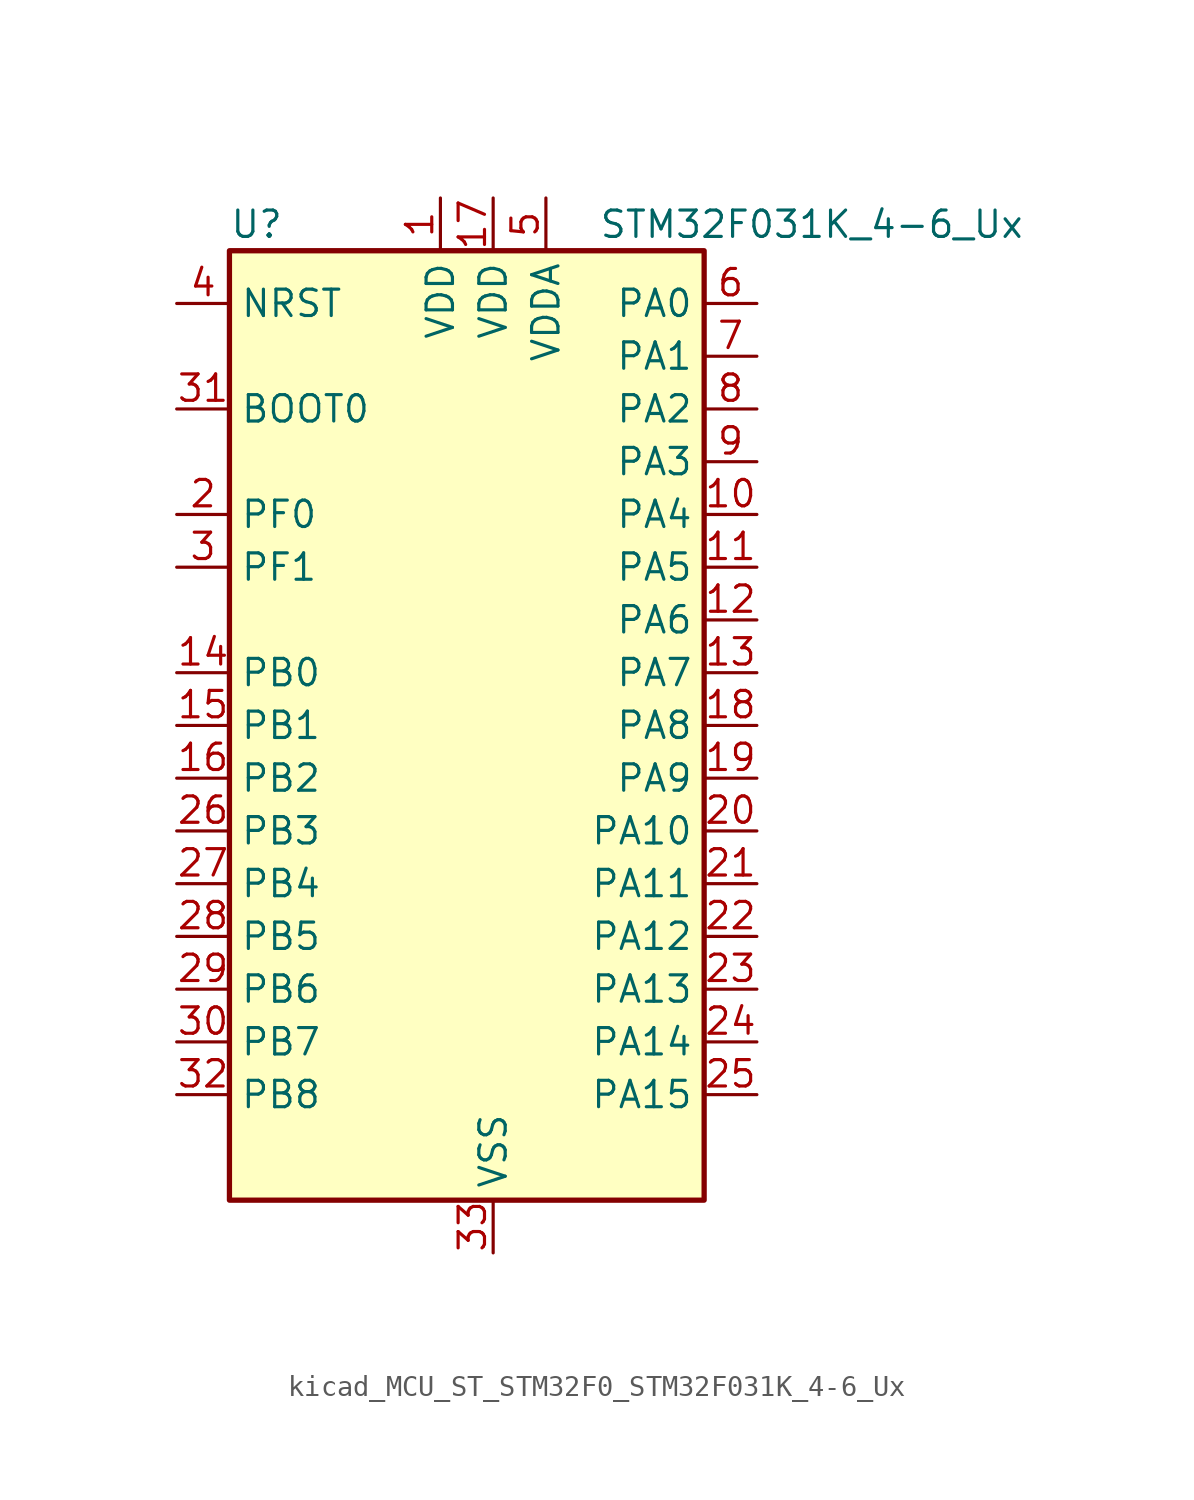
<source format=kicad_sym>
(kicad_symbol_lib
  (version 20220914)
  (generator kicad_symbol_editor)
  (symbol "kicad_MCU_ST_STM32F0_STM32F031K_4-6_Ux"
    (property "Reference" "U"
      (at -10.16 24.13 0)
      (effects (font (size 1.27 1.27)) (justify left)))
    (property "Value" "STM32F031K_4-6_Ux"
      (at 7.62 24.13 0)
      (effects (font (size 1.27 1.27)) (justify left)))
    (property "ki_locked" ""
      (at 0 0 0)
      (effects (font (size 1.27 1.27))))
    (symbol "kicad_MCU_ST_STM32F0_STM32F031K_4-6_Ux_0_1"
      (rectangle (start -10.16 -22.86) (end 12.7 22.86) (stroke (width 0.254) (type default)) (fill (type background))))
    (symbol "kicad_MCU_ST_STM32F0_STM32F031K_4-6_Ux_1_1"
      (pin power_in line (at 0 25.4 270) (length 2.54) (name "VDD" (effects (font (size 1.27 1.27)))) (number "1" (effects (font (size 1.27 1.27)))))
      (pin bidirectional line (at 15.24 10.16 180) (length 2.54) (name "PA4" (effects (font (size 1.27 1.27)))) (number "10" (effects (font (size 1.27 1.27)))) (alternate "ADC_IN4" bidirectional line) (alternate "I2S1_WS" bidirectional line) (alternate "SPI1_NSS" bidirectional line) (alternate "TIM14_CH1" bidirectional line) (alternate "USART1_CK" bidirectional line))
      (pin bidirectional line (at 15.24 7.62 180) (length 2.54) (name "PA5" (effects (font (size 1.27 1.27)))) (number "11" (effects (font (size 1.27 1.27)))) (alternate "ADC_IN5" bidirectional line) (alternate "I2S1_CK" bidirectional line) (alternate "SPI1_SCK" bidirectional line) (alternate "TIM2_CH1" bidirectional line) (alternate "TIM2_ETR" bidirectional line))
      (pin bidirectional line (at 15.24 5.08 180) (length 2.54) (name "PA6" (effects (font (size 1.27 1.27)))) (number "12" (effects (font (size 1.27 1.27)))) (alternate "ADC_IN6" bidirectional line) (alternate "I2S1_MCK" bidirectional line) (alternate "SPI1_MISO" bidirectional line) (alternate "TIM16_CH1" bidirectional line) (alternate "TIM1_BKIN" bidirectional line) (alternate "TIM3_CH1" bidirectional line))
      (pin bidirectional line (at 15.24 2.54 180) (length 2.54) (name "PA7" (effects (font (size 1.27 1.27)))) (number "13" (effects (font (size 1.27 1.27)))) (alternate "ADC_IN7" bidirectional line) (alternate "I2S1_SD" bidirectional line) (alternate "SPI1_MOSI" bidirectional line) (alternate "TIM14_CH1" bidirectional line) (alternate "TIM17_CH1" bidirectional line) (alternate "TIM1_CH1N" bidirectional line) (alternate "TIM3_CH2" bidirectional line))
      (pin bidirectional line (at -12.7 2.54 0) (length 2.54) (name "PB0" (effects (font (size 1.27 1.27)))) (number "14" (effects (font (size 1.27 1.27)))) (alternate "ADC_IN8" bidirectional line) (alternate "TIM1_CH2N" bidirectional line) (alternate "TIM3_CH3" bidirectional line))
      (pin bidirectional line (at -12.7 0 0) (length 2.54) (name "PB1" (effects (font (size 1.27 1.27)))) (number "15" (effects (font (size 1.27 1.27)))) (alternate "ADC_IN9" bidirectional line) (alternate "TIM14_CH1" bidirectional line) (alternate "TIM1_CH3N" bidirectional line) (alternate "TIM3_CH4" bidirectional line))
      (pin bidirectional line (at -12.7 -2.54 0) (length 2.54) (name "PB2" (effects (font (size 1.27 1.27)))) (number "16" (effects (font (size 1.27 1.27)))))
      (pin power_in line (at 2.54 25.4 270) (length 2.54) (name "VDD" (effects (font (size 1.27 1.27)))) (number "17" (effects (font (size 1.27 1.27)))))
      (pin bidirectional line (at 15.24 0 180) (length 2.54) (name "PA8" (effects (font (size 1.27 1.27)))) (number "18" (effects (font (size 1.27 1.27)))) (alternate "RCC_MCO" bidirectional line) (alternate "TIM1_CH1" bidirectional line) (alternate "USART1_CK" bidirectional line))
      (pin bidirectional line (at 15.24 -2.54 180) (length 2.54) (name "PA9" (effects (font (size 1.27 1.27)))) (number "19" (effects (font (size 1.27 1.27)))) (alternate "I2C1_SCL" bidirectional line) (alternate "TIM1_CH2" bidirectional line) (alternate "USART1_TX" bidirectional line))
      (pin bidirectional line (at -12.7 10.16 0) (length 2.54) (name "PF0" (effects (font (size 1.27 1.27)))) (number "2" (effects (font (size 1.27 1.27)))) (alternate "RCC_OSC_IN" bidirectional line))
      (pin bidirectional line (at 15.24 -5.08 180) (length 2.54) (name "PA10" (effects (font (size 1.27 1.27)))) (number "20" (effects (font (size 1.27 1.27)))) (alternate "I2C1_SDA" bidirectional line) (alternate "TIM17_BKIN" bidirectional line) (alternate "TIM1_CH3" bidirectional line) (alternate "USART1_RX" bidirectional line))
      (pin bidirectional line (at 15.24 -7.62 180) (length 2.54) (name "PA11" (effects (font (size 1.27 1.27)))) (number "21" (effects (font (size 1.27 1.27)))) (alternate "TIM1_CH4" bidirectional line) (alternate "USART1_CTS" bidirectional line))
      (pin bidirectional line (at 15.24 -10.16 180) (length 2.54) (name "PA12" (effects (font (size 1.27 1.27)))) (number "22" (effects (font (size 1.27 1.27)))) (alternate "TIM1_ETR" bidirectional line) (alternate "USART1_DE" bidirectional line) (alternate "USART1_RTS" bidirectional line))
      (pin bidirectional line (at 15.24 -12.7 180) (length 2.54) (name "PA13" (effects (font (size 1.27 1.27)))) (number "23" (effects (font (size 1.27 1.27)))) (alternate "IR_OUT" bidirectional line) (alternate "SYS_SWDIO" bidirectional line))
      (pin bidirectional line (at 15.24 -15.24 180) (length 2.54) (name "PA14" (effects (font (size 1.27 1.27)))) (number "24" (effects (font (size 1.27 1.27)))) (alternate "SYS_SWCLK" bidirectional line) (alternate "USART1_TX" bidirectional line))
      (pin bidirectional line (at 15.24 -17.78 180) (length 2.54) (name "PA15" (effects (font (size 1.27 1.27)))) (number "25" (effects (font (size 1.27 1.27)))) (alternate "I2S1_WS" bidirectional line) (alternate "SPI1_NSS" bidirectional line) (alternate "TIM2_CH1" bidirectional line) (alternate "TIM2_ETR" bidirectional line) (alternate "USART1_RX" bidirectional line))
      (pin bidirectional line (at -12.7 -5.08 0) (length 2.54) (name "PB3" (effects (font (size 1.27 1.27)))) (number "26" (effects (font (size 1.27 1.27)))) (alternate "I2S1_CK" bidirectional line) (alternate "SPI1_SCK" bidirectional line) (alternate "TIM2_CH2" bidirectional line))
      (pin bidirectional line (at -12.7 -7.62 0) (length 2.54) (name "PB4" (effects (font (size 1.27 1.27)))) (number "27" (effects (font (size 1.27 1.27)))) (alternate "I2S1_MCK" bidirectional line) (alternate "SPI1_MISO" bidirectional line) (alternate "TIM3_CH1" bidirectional line))
      (pin bidirectional line (at -12.7 -10.16 0) (length 2.54) (name "PB5" (effects (font (size 1.27 1.27)))) (number "28" (effects (font (size 1.27 1.27)))) (alternate "I2C1_SMBA" bidirectional line) (alternate "I2S1_SD" bidirectional line) (alternate "SPI1_MOSI" bidirectional line) (alternate "TIM16_BKIN" bidirectional line) (alternate "TIM3_CH2" bidirectional line))
      (pin bidirectional line (at -12.7 -12.7 0) (length 2.54) (name "PB6" (effects (font (size 1.27 1.27)))) (number "29" (effects (font (size 1.27 1.27)))) (alternate "I2C1_SCL" bidirectional line) (alternate "TIM16_CH1N" bidirectional line) (alternate "USART1_TX" bidirectional line))
      (pin bidirectional line (at -12.7 7.62 0) (length 2.54) (name "PF1" (effects (font (size 1.27 1.27)))) (number "3" (effects (font (size 1.27 1.27)))) (alternate "RCC_OSC_OUT" bidirectional line))
      (pin bidirectional line (at -12.7 -15.24 0) (length 2.54) (name "PB7" (effects (font (size 1.27 1.27)))) (number "30" (effects (font (size 1.27 1.27)))) (alternate "I2C1_SDA" bidirectional line) (alternate "TIM17_CH1N" bidirectional line) (alternate "USART1_RX" bidirectional line))
      (pin input line (at -12.7 15.24 0) (length 2.54) (name "BOOT0" (effects (font (size 1.27 1.27)))) (number "31" (effects (font (size 1.27 1.27)))))
      (pin bidirectional line (at -12.7 -17.78 0) (length 2.54) (name "PB8" (effects (font (size 1.27 1.27)))) (number "32" (effects (font (size 1.27 1.27)))) (alternate "I2C1_SCL" bidirectional line) (alternate "TIM16_CH1" bidirectional line))
      (pin power_in line (at 2.54 -25.4 90) (length 2.54) (name "VSS" (effects (font (size 1.27 1.27)))) (number "33" (effects (font (size 1.27 1.27)))))
      (pin input line (at -12.7 20.32 0) (length 2.54) (name "NRST" (effects (font (size 1.27 1.27)))) (number "4" (effects (font (size 1.27 1.27)))))
      (pin power_in line (at 5.08 25.4 270) (length 2.54) (name "VDDA" (effects (font (size 1.27 1.27)))) (number "5" (effects (font (size 1.27 1.27)))))
      (pin bidirectional line (at 15.24 20.32 180) (length 2.54) (name "PA0" (effects (font (size 1.27 1.27)))) (number "6" (effects (font (size 1.27 1.27)))) (alternate "ADC_IN0" bidirectional line) (alternate "RTC_TAMP2" bidirectional line) (alternate "SYS_WKUP1" bidirectional line) (alternate "TIM2_CH1" bidirectional line) (alternate "TIM2_ETR" bidirectional line) (alternate "USART1_CTS" bidirectional line))
      (pin bidirectional line (at 15.24 17.78 180) (length 2.54) (name "PA1" (effects (font (size 1.27 1.27)))) (number "7" (effects (font (size 1.27 1.27)))) (alternate "ADC_IN1" bidirectional line) (alternate "TIM2_CH2" bidirectional line) (alternate "USART1_DE" bidirectional line) (alternate "USART1_RTS" bidirectional line))
      (pin bidirectional line (at 15.24 15.24 180) (length 2.54) (name "PA2" (effects (font (size 1.27 1.27)))) (number "8" (effects (font (size 1.27 1.27)))) (alternate "ADC_IN2" bidirectional line) (alternate "TIM2_CH3" bidirectional line) (alternate "USART1_TX" bidirectional line))
      (pin bidirectional line (at 15.24 12.7 180) (length 2.54) (name "PA3" (effects (font (size 1.27 1.27)))) (number "9" (effects (font (size 1.27 1.27)))) (alternate "ADC_IN3" bidirectional line) (alternate "TIM2_CH4" bidirectional line) (alternate "USART1_RX" bidirectional line)))))
</source>
